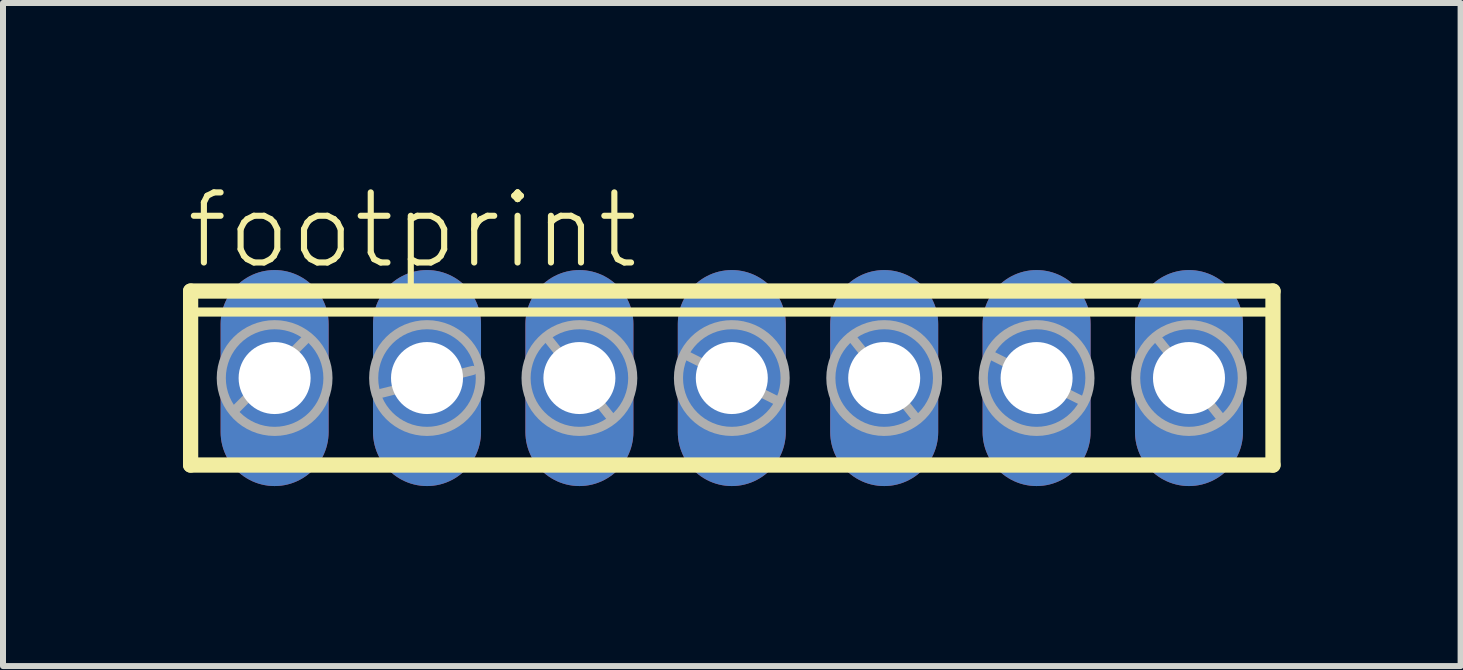
<source format=kicad_pcb>
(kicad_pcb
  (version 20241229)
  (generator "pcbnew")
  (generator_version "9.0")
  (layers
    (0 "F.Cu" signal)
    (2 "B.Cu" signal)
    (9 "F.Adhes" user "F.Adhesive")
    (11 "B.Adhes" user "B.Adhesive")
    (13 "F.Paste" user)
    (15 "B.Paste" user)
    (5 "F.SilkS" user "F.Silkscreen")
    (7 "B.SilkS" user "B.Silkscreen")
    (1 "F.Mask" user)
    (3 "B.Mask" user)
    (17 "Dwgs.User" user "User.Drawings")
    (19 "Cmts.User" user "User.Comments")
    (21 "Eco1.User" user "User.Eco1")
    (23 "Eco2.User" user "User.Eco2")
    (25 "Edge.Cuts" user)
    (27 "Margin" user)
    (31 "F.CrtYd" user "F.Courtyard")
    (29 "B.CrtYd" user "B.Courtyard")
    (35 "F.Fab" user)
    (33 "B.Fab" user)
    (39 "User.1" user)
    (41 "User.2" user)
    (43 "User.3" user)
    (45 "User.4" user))
  (footprint "footprint"
    (layer "F.Cu")
    (at 9.147 3.251)
    (property "Reference" "footprint" (at -9.144 -1.778 0) (layer "F.SilkS") (effects (font (size 1.168 1.168) (thickness 0.102)) (justify left bottom)))
    (fp_line (start -9.02 -1.45) (end -9.02 1.45) (stroke (width 0.254) (type solid)) (layer "F.SilkS"))
    (fp_line (start -9.02 1.45) (end 9.02 1.45) (stroke (width 0.254) (type solid)) (layer "F.SilkS"))
    (fp_line (start -8.91 -1.1) (end 8.91 -1.1) (stroke (width 0.152) (type solid)) (layer "F.SilkS"))
    (fp_line (start 9.02 -1.45) (end -9.02 -1.45) (stroke (width 0.254) (type solid)) (layer "F.SilkS"))
    (fp_line (start 9.02 1.45) (end 9.02 -1.45) (stroke (width 0.254) (type solid)) (layer "F.SilkS"))
    (fp_line (start -8.255 0.508) (end -7.112 -0.635) (stroke (width 0.152) (type solid)) (layer "F.Fab"))
    (fp_line (start -5.842 0.254) (end -4.318 -0.127) (stroke (width 0.152) (type solid)) (layer "F.Fab"))
    (fp_line (start -3.048 -0.635) (end -2.032 0.635) (stroke (width 0.152) (type solid)) (layer "F.Fab"))
    (fp_line (start -0.762 -0.381) (end 0.762 0.381) (stroke (width 0.152) (type solid)) (layer "F.Fab"))
    (fp_line (start 2.032 -0.635) (end 3.048 0.635) (stroke (width 0.152) (type solid)) (layer "F.Fab"))
    (fp_line (start 4.318 -0.381) (end 5.842 0.381) (stroke (width 0.152) (type solid)) (layer "F.Fab"))
    (fp_line (start 7.112 -0.635) (end 8.128 0.635) (stroke (width 0.152) (type solid)) (layer "F.Fab"))
    (fp_circle (center -7.62 0) (end -6.731 0) (stroke (width 0.152) (type solid)) (fill no) (layer "F.Fab"))
    (fp_circle (center -5.08 0) (end -4.191 0) (stroke (width 0.152) (type solid)) (fill no) (layer "F.Fab"))
    (fp_circle (center -2.54 0) (end -1.651 0) (stroke (width 0.152) (type solid)) (fill no) (layer "F.Fab"))
    (fp_circle (center 0 0) (end 0.889 0) (stroke (width 0.152) (type solid)) (fill no) (layer "F.Fab"))
    (fp_circle (center 2.54 0) (end 3.429 0) (stroke (width 0.152) (type solid)) (fill no) (layer "F.Fab"))
    (fp_circle (center 5.08 0) (end 5.969 0) (stroke (width 0.152) (type solid)) (fill no) (layer "F.Fab"))
    (fp_circle (center 7.62 0) (end 8.509 0) (stroke (width 0.152) (type solid)) (fill no) (layer "F.Fab"))
    (pad "1" thru_hole oval (at -7.62 0 90) (size 3.6 1.8) (drill 1.2) (layers "*.Cu" "*.Mask"))
    (pad "2" thru_hole oval (at -5.08 0 90) (size 3.6 1.8) (drill 1.2) (layers "*.Cu" "*.Mask"))
    (pad "3" thru_hole oval (at -2.54 0 90) (size 3.6 1.8) (drill 1.2) (layers "*.Cu" "*.Mask"))
    (pad "4" thru_hole oval (at 0 0 90) (size 3.6 1.8) (drill 1.2) (layers "*.Cu" "*.Mask"))
    (pad "5" thru_hole oval (at 2.54 0 90) (size 3.6 1.8) (drill 1.2) (layers "*.Cu" "*.Mask"))
    (pad "6" thru_hole oval (at 5.08 0 90) (size 3.6 1.8) (drill 1.2) (layers "*.Cu" "*.Mask"))
    (pad "7" thru_hole oval (at 7.62 0 90) (size 3.6 1.8) (drill 1.2) (layers "*.Cu" "*.Mask")))
  (gr_rect
    (start -3 -3)
    (end 21.294 8.051)
    (stroke (width 0.1) (type default))
    (fill no)
    (layer "Edge.Cuts")))
</source>
